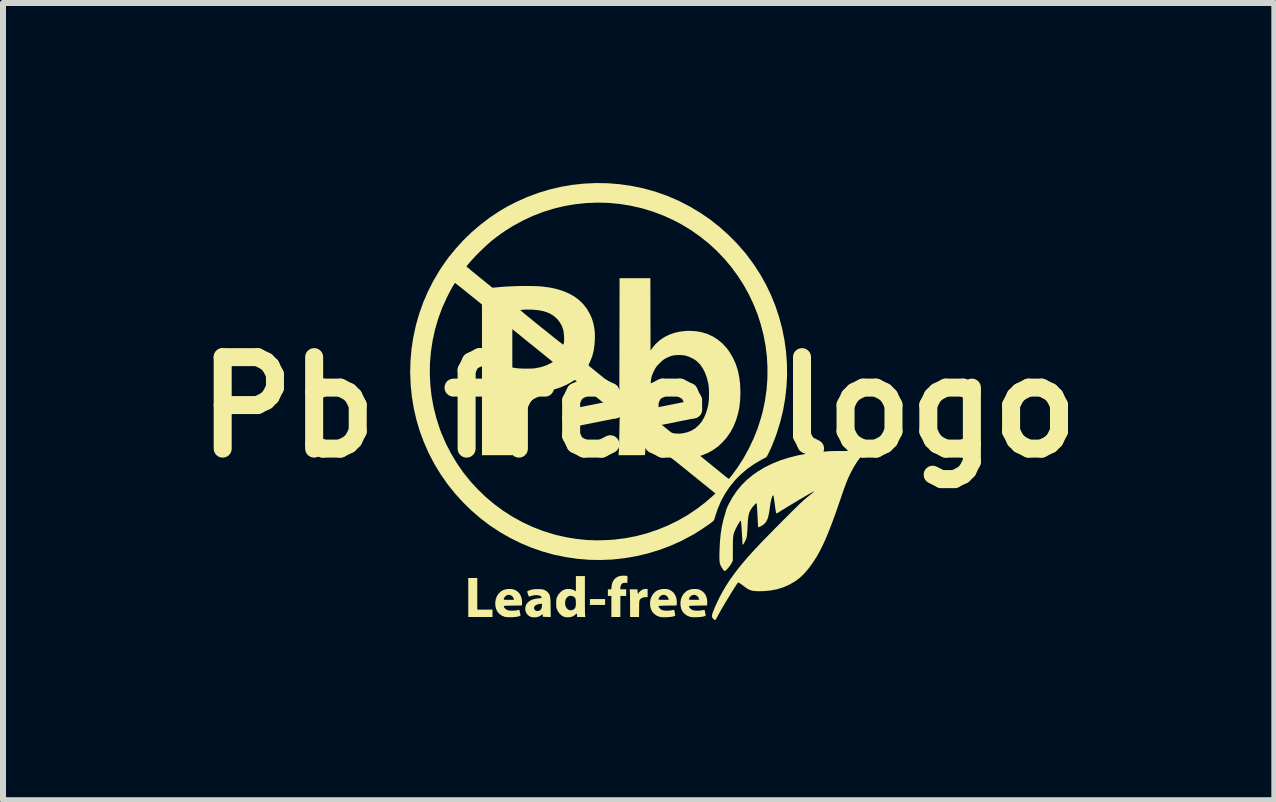
<source format=kicad_pcb>
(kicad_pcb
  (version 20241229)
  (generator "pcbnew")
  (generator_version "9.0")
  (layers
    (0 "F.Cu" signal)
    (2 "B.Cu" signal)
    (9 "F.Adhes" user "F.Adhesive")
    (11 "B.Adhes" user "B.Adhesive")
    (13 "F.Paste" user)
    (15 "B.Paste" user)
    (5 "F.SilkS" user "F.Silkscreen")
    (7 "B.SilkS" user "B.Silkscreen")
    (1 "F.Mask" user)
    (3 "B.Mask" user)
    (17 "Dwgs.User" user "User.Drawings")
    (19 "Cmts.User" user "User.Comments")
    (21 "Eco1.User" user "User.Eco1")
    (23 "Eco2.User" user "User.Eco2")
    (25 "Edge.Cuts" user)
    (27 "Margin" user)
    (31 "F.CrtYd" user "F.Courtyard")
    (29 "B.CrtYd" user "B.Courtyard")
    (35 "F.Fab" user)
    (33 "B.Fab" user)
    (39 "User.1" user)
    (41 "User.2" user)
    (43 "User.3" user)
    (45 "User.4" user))
  (footprint "Pb free logo"
    (layer "F.Cu")
    (at 7.591 3.735)
    (property "Reference" "Pb free logo" (at -0.000008 -0.00001 0) (layer "F.SilkS") (effects (font (size 1.524 1.524) (thickness 0.3))))
    (attr board_only exclude_from_pos_files exclude_from_bom)
    (fp_poly (pts (xy -0.559 3.294) (xy -0.812 3.294) (xy -0.812 3.196) (xy -0.559 3.196)) (stroke (width 0) (type solid)) (fill yes) (layer "F.SilkS"))
    (fp_poly (pts (xy -2.689 3.372) (xy -2.436 3.372) (xy -2.436 3.495) (xy -2.839 3.495) (xy -2.839 2.845) (xy -2.689 2.845)) (stroke (width 0) (type solid)) (fill yes) (layer "F.SilkS"))
    (fp_poly (pts (xy -0.225 2.807) (xy -0.205 2.809) (xy -0.192 2.811) (xy -0.191 2.811) (xy -0.187 2.821) (xy -0.186 2.843) (xy -0.187 2.873) (xy -0.19 2.929) (xy -0.221 2.925) (xy -0.253 2.927) (xy -0.278 2.939) (xy -0.295 2.962) (xy -0.304 2.993) (xy -0.305 3.011) (xy -0.305 3.034) (xy -0.208 3.034) (xy -0.208 3.144) (xy -0.305 3.144) (xy -0.305 3.495) (xy -0.455 3.495) (xy -0.455 3.144) (xy -0.513 3.144) (xy -0.513 3.034) (xy -0.457 3.034) (xy -0.452 2.992) (xy -0.445 2.945) (xy -0.431 2.907) (xy -0.412 2.875) (xy -0.397 2.858) (xy -0.367 2.834) (xy -0.335 2.818) (xy -0.297 2.809) (xy -0.251 2.806)) (stroke (width 0) (type solid)) (fill yes) (layer "F.SilkS"))
    (fp_poly (pts (xy 0.149 3.164) (xy 0.117 3.164) (xy 0.076 3.169) (xy 0.043 3.184) (xy 0.026 3.199) (xy 0.021 3.205) (xy 0.017 3.212) (xy 0.014 3.22) (xy 0.012 3.232) (xy 0.01 3.251) (xy 0.009 3.276) (xy 0.008 3.312) (xy 0.008 3.356) (xy 0.006 3.495) (xy -0.143 3.495) (xy -0.143 3.298) (xy -0.143 3.247) (xy -0.144 3.199) (xy -0.144 3.155) (xy -0.145 3.118) (xy -0.146 3.089) (xy -0.147 3.071) (xy -0.147 3.068) (xy -0.151 3.034) (xy -0.019 3.034) (xy -0.019 3.061) (xy -0.018 3.077) (xy -0.015 3.092) (xy -0.012 3.105) (xy -0.009 3.112) (xy -0.007 3.109) (xy -0.007 3.107) (xy -0.002 3.095) (xy 0.011 3.079) (xy 0.029 3.062) (xy 0.048 3.047) (xy 0.059 3.04) (xy 0.086 3.031) (xy 0.117 3.027) (xy 0.149 3.027)) (stroke (width 0) (type solid)) (fill yes) (layer "F.SilkS"))
    (fp_poly (pts (xy -2.126 3.028) (xy -2.082 3.036) (xy -2.07 3.04) (xy -2.028 3.063) (xy -1.993 3.095) (xy -1.967 3.136) (xy -1.95 3.184) (xy -1.943 3.237) (xy -1.943 3.264) (xy -1.946 3.303) (xy -2.097 3.305) (xy -2.146 3.306) (xy -2.185 3.307) (xy -2.212 3.308) (xy -2.231 3.309) (xy -2.242 3.311) (xy -2.247 3.314) (xy -2.248 3.315) (xy -2.242 3.333) (xy -2.228 3.351) (xy -2.209 3.368) (xy -2.189 3.379) (xy -2.159 3.387) (xy -2.122 3.39) (xy -2.081 3.39) (xy -2.041 3.385) (xy -2.025 3.382) (xy -2.004 3.377) (xy -1.993 3.376) (xy -1.987 3.379) (xy -1.985 3.386) (xy -1.985 3.387) (xy -1.98 3.409) (xy -1.976 3.432) (xy -1.972 3.453) (xy -1.969 3.468) (xy -1.968 3.472) (xy -1.974 3.475) (xy -1.989 3.481) (xy -2.002 3.486) (xy -2.028 3.491) (xy -2.062 3.495) (xy -2.1 3.498) (xy -2.14 3.499) (xy -2.178 3.499) (xy -2.209 3.496) (xy -2.228 3.493) (xy -2.28 3.472) (xy -2.322 3.442) (xy -2.354 3.405) (xy -2.376 3.359) (xy -2.388 3.306) (xy -2.389 3.252) (xy -2.381 3.197) (xy -2.248 3.197) (xy -2.247 3.202) (xy -2.243 3.205) (xy -2.233 3.207) (xy -2.216 3.209) (xy -2.19 3.209) (xy -2.163 3.209) (xy -2.077 3.209) (xy -2.082 3.191) (xy -2.095 3.162) (xy -2.118 3.14) (xy -2.136 3.131) (xy -2.156 3.126) (xy -2.171 3.126) (xy -2.191 3.131) (xy -2.213 3.144) (xy -2.232 3.162) (xy -2.245 3.183) (xy -2.248 3.197) (xy -2.381 3.197) (xy -2.381 3.196) (xy -2.361 3.146) (xy -2.332 3.103) (xy -2.294 3.068) (xy -2.262 3.049) (xy -2.221 3.035) (xy -2.174 3.028)) (stroke (width 0) (type solid)) (fill yes) (layer "F.SilkS"))
    (fp_poly (pts (xy 0.453 3.028) (xy 0.497 3.036) (xy 0.509 3.04) (xy 0.551 3.063) (xy 0.586 3.095) (xy 0.612 3.136) (xy 0.629 3.184) (xy 0.636 3.237) (xy 0.636 3.264) (xy 0.633 3.303) (xy 0.482 3.305) (xy 0.433 3.306) (xy 0.394 3.307) (xy 0.367 3.308) (xy 0.348 3.309) (xy 0.337 3.311) (xy 0.332 3.314) (xy 0.331 3.315) (xy 0.337 3.333) (xy 0.351 3.351) (xy 0.37 3.368) (xy 0.39 3.379) (xy 0.42 3.387) (xy 0.457 3.39) (xy 0.498 3.39) (xy 0.538 3.385) (xy 0.554 3.382) (xy 0.575 3.377) (xy 0.586 3.376) (xy 0.592 3.379) (xy 0.594 3.386) (xy 0.594 3.387) (xy 0.599 3.409) (xy 0.603 3.432) (xy 0.607 3.453) (xy 0.61 3.468) (xy 0.611 3.472) (xy 0.605 3.475) (xy 0.59 3.481) (xy 0.577 3.486) (xy 0.551 3.491) (xy 0.517 3.495) (xy 0.478 3.498) (xy 0.439 3.499) (xy 0.401 3.499) (xy 0.37 3.496) (xy 0.351 3.493) (xy 0.299 3.472) (xy 0.257 3.442) (xy 0.225 3.405) (xy 0.203 3.359) (xy 0.191 3.306) (xy 0.19 3.252) (xy 0.198 3.197) (xy 0.331 3.197) (xy 0.332 3.202) (xy 0.336 3.205) (xy 0.346 3.207) (xy 0.363 3.209) (xy 0.389 3.209) (xy 0.416 3.209) (xy 0.502 3.209) (xy 0.497 3.191) (xy 0.484 3.162) (xy 0.461 3.14) (xy 0.443 3.131) (xy 0.423 3.126) (xy 0.408 3.126) (xy 0.388 3.131) (xy 0.366 3.144) (xy 0.347 3.162) (xy 0.334 3.183) (xy 0.331 3.197) (xy 0.198 3.197) (xy 0.198 3.196) (xy 0.218 3.146) (xy 0.247 3.103) (xy 0.285 3.068) (xy 0.317 3.049) (xy 0.358 3.035) (xy 0.404 3.028)) (stroke (width 0) (type solid)) (fill yes) (layer "F.SilkS"))
    (fp_poly (pts (xy 0.959 3.028) (xy 1.004 3.036) (xy 1.016 3.04) (xy 1.058 3.063) (xy 1.093 3.095) (xy 1.119 3.136) (xy 1.136 3.184) (xy 1.143 3.237) (xy 1.142 3.264) (xy 1.14 3.303) (xy 0.989 3.305) (xy 0.939 3.306) (xy 0.901 3.307) (xy 0.873 3.308) (xy 0.855 3.309) (xy 0.843 3.311) (xy 0.838 3.314) (xy 0.838 3.315) (xy 0.843 3.333) (xy 0.857 3.351) (xy 0.877 3.368) (xy 0.897 3.379) (xy 0.926 3.387) (xy 0.964 3.39) (xy 1.005 3.39) (xy 1.045 3.385) (xy 1.061 3.382) (xy 1.081 3.377) (xy 1.093 3.376) (xy 1.098 3.379) (xy 1.101 3.386) (xy 1.101 3.387) (xy 1.105 3.409) (xy 1.11 3.432) (xy 1.114 3.453) (xy 1.117 3.468) (xy 1.117 3.472) (xy 1.112 3.475) (xy 1.097 3.481) (xy 1.083 3.486) (xy 1.058 3.491) (xy 1.024 3.495) (xy 0.985 3.498) (xy 0.945 3.499) (xy 0.908 3.499) (xy 0.877 3.496) (xy 0.857 3.493) (xy 0.806 3.472) (xy 0.764 3.442) (xy 0.731 3.405) (xy 0.709 3.359) (xy 0.698 3.306) (xy 0.696 3.252) (xy 0.705 3.197) (xy 0.838 3.197) (xy 0.839 3.202) (xy 0.843 3.205) (xy 0.853 3.207) (xy 0.869 3.209) (xy 0.896 3.209) (xy 0.923 3.209) (xy 1.008 3.209) (xy 1.004 3.191) (xy 0.991 3.162) (xy 0.968 3.14) (xy 0.949 3.131) (xy 0.93 3.126) (xy 0.915 3.126) (xy 0.895 3.131) (xy 0.873 3.144) (xy 0.854 3.162) (xy 0.841 3.183) (xy 0.838 3.197) (xy 0.705 3.197) (xy 0.705 3.196) (xy 0.725 3.146) (xy 0.754 3.103) (xy 0.792 3.068) (xy 0.824 3.049) (xy 0.864 3.035) (xy 0.911 3.028)) (stroke (width 0) (type solid)) (fill yes) (layer "F.SilkS"))
    (fp_poly (pts (xy -0.896 3.12) (xy -0.896 3.183) (xy -0.896 3.243) (xy -0.896 3.299) (xy -0.895 3.349) (xy -0.895 3.392) (xy -0.894 3.426) (xy -0.893 3.45) (xy -0.892 3.461) (xy -0.888 3.495) (xy -1.026 3.495) (xy -1.026 3.466) (xy -1.028 3.446) (xy -1.032 3.438) (xy -1.041 3.442) (xy -1.053 3.453) (xy -1.069 3.467) (xy -1.09 3.481) (xy -1.095 3.484) (xy -1.122 3.493) (xy -1.157 3.499) (xy -1.194 3.5) (xy -1.228 3.496) (xy -1.245 3.491) (xy -1.281 3.472) (xy -1.315 3.442) (xy -1.343 3.404) (xy -1.353 3.386) (xy -1.362 3.366) (xy -1.368 3.35) (xy -1.372 3.334) (xy -1.373 3.314) (xy -1.374 3.286) (xy -1.374 3.268) (xy -1.374 3.248) (xy -1.226 3.248) (xy -1.225 3.288) (xy -1.214 3.325) (xy -1.194 3.355) (xy -1.176 3.37) (xy -1.149 3.382) (xy -1.119 3.383) (xy -1.095 3.375) (xy -1.074 3.363) (xy -1.059 3.345) (xy -1.051 3.321) (xy -1.046 3.286) (xy -1.046 3.262) (xy -1.047 3.224) (xy -1.051 3.196) (xy -1.06 3.176) (xy -1.074 3.162) (xy -1.094 3.15) (xy -1.095 3.15) (xy -1.128 3.142) (xy -1.159 3.146) (xy -1.186 3.16) (xy -1.207 3.185) (xy -1.217 3.207) (xy -1.226 3.248) (xy -1.374 3.248) (xy -1.374 3.234) (xy -1.372 3.21) (xy -1.37 3.192) (xy -1.365 3.175) (xy -1.357 3.157) (xy -1.355 3.152) (xy -1.333 3.115) (xy -1.304 3.082) (xy -1.271 3.055) (xy -1.237 3.038) (xy -1.237 3.038) (xy -1.198 3.029) (xy -1.157 3.028) (xy -1.118 3.033) (xy -1.084 3.044) (xy -1.058 3.062) (xy -1.057 3.062) (xy -1.053 3.066) (xy -1.05 3.065) (xy -1.048 3.06) (xy -1.047 3.048) (xy -1.046 3.029) (xy -1.046 3) (xy -1.046 2.96) (xy -1.046 2.943) (xy -1.046 2.813) (xy -0.896 2.813)) (stroke (width 0) (type solid)) (fill yes) (layer "F.SilkS"))
    (fp_poly (pts (xy -1.644 3.031) (xy -1.619 3.032) (xy -1.6 3.035) (xy -1.584 3.039) (xy -1.567 3.046) (xy -1.567 3.046) (xy -1.542 3.06) (xy -1.519 3.079) (xy -1.51 3.088) (xy -1.499 3.102) (xy -1.489 3.117) (xy -1.482 3.134) (xy -1.477 3.154) (xy -1.473 3.179) (xy -1.47 3.212) (xy -1.468 3.253) (xy -1.467 3.305) (xy -1.467 3.334) (xy -1.465 3.495) (xy -1.53 3.494) (xy -1.595 3.492) (xy -1.597 3.471) (xy -1.6 3.454) (xy -1.607 3.45) (xy -1.617 3.459) (xy -1.618 3.46) (xy -1.629 3.469) (xy -1.647 3.48) (xy -1.66 3.486) (xy -1.693 3.497) (xy -1.732 3.501) (xy -1.77 3.499) (xy -1.798 3.493) (xy -1.834 3.473) (xy -1.862 3.445) (xy -1.881 3.411) (xy -1.89 3.373) (xy -1.888 3.338) (xy -1.744 3.338) (xy -1.741 3.361) (xy -1.727 3.383) (xy -1.705 3.394) (xy -1.678 3.395) (xy -1.653 3.388) (xy -1.631 3.372) (xy -1.617 3.346) (xy -1.611 3.311) (xy -1.611 3.306) (xy -1.611 3.273) (xy -1.648 3.277) (xy -1.686 3.285) (xy -1.716 3.299) (xy -1.735 3.317) (xy -1.744 3.338) (xy -1.888 3.338) (xy -1.888 3.332) (xy -1.875 3.292) (xy -1.873 3.287) (xy -1.846 3.251) (xy -1.81 3.223) (xy -1.763 3.202) (xy -1.707 3.189) (xy -1.672 3.185) (xy -1.645 3.183) (xy -1.628 3.18) (xy -1.62 3.176) (xy -1.618 3.171) (xy -1.618 3.17) (xy -1.623 3.154) (xy -1.64 3.143) (xy -1.664 3.135) (xy -1.695 3.131) (xy -1.73 3.132) (xy -1.767 3.138) (xy -1.805 3.148) (xy -1.823 3.155) (xy -1.829 3.151) (xy -1.836 3.138) (xy -1.843 3.119) (xy -1.85 3.099) (xy -1.854 3.081) (xy -1.855 3.068) (xy -1.854 3.066) (xy -1.847 3.061) (xy -1.83 3.054) (xy -1.808 3.046) (xy -1.804 3.045) (xy -1.779 3.038) (xy -1.754 3.034) (xy -1.726 3.031) (xy -1.689 3.03) (xy -1.679 3.03)) (stroke (width 0) (type solid)) (fill yes) (layer "F.SilkS"))
    (fp_poly (pts (xy 3.489 0.729) (xy 3.545 0.729) (xy 3.597 0.73) (xy 3.646 0.731) (xy 3.688 0.732) (xy 3.723 0.733) (xy 3.749 0.735) (xy 3.765 0.736) (xy 3.768 0.737) (xy 3.769 0.745) (xy 3.759 0.759) (xy 3.75 0.769) (xy 3.695 0.832) (xy 3.641 0.905) (xy 3.589 0.988) (xy 3.541 1.077) (xy 3.534 1.09) (xy 3.515 1.129) (xy 3.497 1.168) (xy 3.479 1.208) (xy 3.462 1.251) (xy 3.444 1.299) (xy 3.424 1.353) (xy 3.402 1.415) (xy 3.377 1.487) (xy 3.368 1.515) (xy 3.319 1.656) (xy 3.274 1.786) (xy 3.231 1.904) (xy 3.189 2.012) (xy 3.15 2.111) (xy 3.112 2.201) (xy 3.074 2.284) (xy 3.037 2.36) (xy 3 2.43) (xy 2.963 2.495) (xy 2.925 2.555) (xy 2.886 2.612) (xy 2.846 2.667) (xy 2.812 2.71) (xy 2.764 2.765) (xy 2.72 2.81) (xy 2.674 2.85) (xy 2.625 2.887) (xy 2.607 2.9) (xy 2.511 2.956) (xy 2.411 3) (xy 2.305 3.033) (xy 2.193 3.054) (xy 2.076 3.064) (xy 2.068 3.064) (xy 2.007 3.066) (xy 1.957 3.064) (xy 1.915 3.06) (xy 1.879 3.053) (xy 1.846 3.042) (xy 1.815 3.026) (xy 1.783 3.005) (xy 1.758 2.986) (xy 1.733 2.967) (xy 1.709 2.95) (xy 1.689 2.936) (xy 1.681 2.931) (xy 1.657 2.917) (xy 1.645 2.935) (xy 1.623 2.967) (xy 1.596 3.008) (xy 1.566 3.056) (xy 1.533 3.109) (xy 1.499 3.166) (xy 1.464 3.223) (xy 1.43 3.28) (xy 1.398 3.334) (xy 1.369 3.384) (xy 1.345 3.428) (xy 1.325 3.463) (xy 1.32 3.473) (xy 1.305 3.501) (xy 1.292 3.524) (xy 1.281 3.54) (xy 1.275 3.547) (xy 1.274 3.547) (xy 1.265 3.543) (xy 1.251 3.532) (xy 1.243 3.525) (xy 1.231 3.511) (xy 1.224 3.497) (xy 1.221 3.48) (xy 1.223 3.46) (xy 1.23 3.433) (xy 1.243 3.399) (xy 1.261 3.355) (xy 1.264 3.346) (xy 1.307 3.25) (xy 1.353 3.156) (xy 1.402 3.066) (xy 1.455 2.976) (xy 1.513 2.886) (xy 1.577 2.796) (xy 1.647 2.703) (xy 1.724 2.608) (xy 1.809 2.508) (xy 1.903 2.403) (xy 2.007 2.292) (xy 2.04 2.257) (xy 2.061 2.235) (xy 2.091 2.204) (xy 2.128 2.167) (xy 2.17 2.124) (xy 2.217 2.076) (xy 2.267 2.025) (xy 2.32 1.972) (xy 2.374 1.917) (xy 2.422 1.869) (xy 2.491 1.8) (xy 2.55 1.741) (xy 2.603 1.689) (xy 2.649 1.644) (xy 2.689 1.605) (xy 2.725 1.572) (xy 2.757 1.543) (xy 2.785 1.519) (xy 2.811 1.497) (xy 2.813 1.496) (xy 2.852 1.464) (xy 2.882 1.44) (xy 2.903 1.422) (xy 2.917 1.41) (xy 2.923 1.403) (xy 2.924 1.401) (xy 2.92 1.402) (xy 2.91 1.407) (xy 2.907 1.408) (xy 2.886 1.419) (xy 2.856 1.436) (xy 2.818 1.458) (xy 2.773 1.484) (xy 2.723 1.514) (xy 2.669 1.545) (xy 2.614 1.579) (xy 2.557 1.612) (xy 2.502 1.646) (xy 2.449 1.678) (xy 2.4 1.709) (xy 2.356 1.736) (xy 2.329 1.753) (xy 2.311 1.764) (xy 2.3 1.768) (xy 2.293 1.767) (xy 2.292 1.764) (xy 2.289 1.754) (xy 2.285 1.735) (xy 2.28 1.706) (xy 2.275 1.672) (xy 2.271 1.639) (xy 2.264 1.587) (xy 2.258 1.547) (xy 2.254 1.517) (xy 2.25 1.496) (xy 2.247 1.482) (xy 2.245 1.473) (xy 2.243 1.469) (xy 2.241 1.468) (xy 2.24 1.468) (xy 2.233 1.474) (xy 2.224 1.492) (xy 2.215 1.519) (xy 2.206 1.555) (xy 2.197 1.597) (xy 2.19 1.643) (xy 2.186 1.67) (xy 2.177 1.737) (xy 2.166 1.792) (xy 2.155 1.838) (xy 2.141 1.875) (xy 2.124 1.906) (xy 2.105 1.932) (xy 2.09 1.946) (xy 2.075 1.958) (xy 2.055 1.971) (xy 2.034 1.983) (xy 2.014 1.993) (xy 1.999 1.999) (xy 1.991 2) (xy 1.99 1.993) (xy 1.989 1.975) (xy 1.987 1.947) (xy 1.985 1.911) (xy 1.983 1.868) (xy 1.98 1.82) (xy 1.979 1.801) (xy 1.977 1.751) (xy 1.974 1.706) (xy 1.972 1.667) (xy 1.97 1.635) (xy 1.968 1.613) (xy 1.966 1.601) (xy 1.966 1.6) (xy 1.958 1.601) (xy 1.946 1.611) (xy 1.929 1.627) (xy 1.911 1.647) (xy 1.892 1.67) (xy 1.876 1.693) (xy 1.863 1.714) (xy 1.861 1.718) (xy 1.849 1.744) (xy 1.839 1.771) (xy 1.832 1.801) (xy 1.826 1.835) (xy 1.821 1.875) (xy 1.817 1.925) (xy 1.814 1.984) (xy 1.813 1.998) (xy 1.811 2.05) (xy 1.808 2.091) (xy 1.805 2.123) (xy 1.802 2.148) (xy 1.798 2.169) (xy 1.794 2.181) (xy 1.786 2.204) (xy 1.774 2.229) (xy 1.762 2.254) (xy 1.75 2.274) (xy 1.739 2.288) (xy 1.733 2.293) (xy 1.73 2.287) (xy 1.729 2.272) (xy 1.728 2.256) (xy 1.728 2.239) (xy 1.727 2.211) (xy 1.725 2.175) (xy 1.722 2.133) (xy 1.719 2.087) (xy 1.717 2.051) (xy 1.714 2.001) (xy 1.711 1.962) (xy 1.708 1.933) (xy 1.706 1.913) (xy 1.704 1.9) (xy 1.702 1.894) (xy 1.699 1.892) (xy 1.696 1.893) (xy 1.694 1.895) (xy 1.684 1.907) (xy 1.67 1.929) (xy 1.653 1.957) (xy 1.636 1.989) (xy 1.619 2.021) (xy 1.605 2.051) (xy 1.596 2.074) (xy 1.588 2.095) (xy 1.582 2.115) (xy 1.577 2.138) (xy 1.574 2.164) (xy 1.572 2.196) (xy 1.57 2.234) (xy 1.57 2.282) (xy 1.569 2.34) (xy 1.569 2.361) (xy 1.569 2.556) (xy 1.546 2.601) (xy 1.531 2.626) (xy 1.511 2.654) (xy 1.488 2.682) (xy 1.465 2.706) (xy 1.445 2.723) (xy 1.438 2.727) (xy 1.431 2.729) (xy 1.424 2.725) (xy 1.414 2.715) (xy 1.401 2.696) (xy 1.391 2.682) (xy 1.378 2.661) (xy 1.367 2.64) (xy 1.358 2.619) (xy 1.352 2.596) (xy 1.348 2.569) (xy 1.346 2.535) (xy 1.345 2.494) (xy 1.346 2.443) (xy 1.347 2.387) (xy 1.354 2.242) (xy 1.367 2.108) (xy 1.387 1.983) (xy 1.413 1.868) (xy 1.433 1.799) (xy 1.442 1.77) (xy 1.45 1.744) (xy 1.455 1.724) (xy 1.457 1.715) (xy 1.459 1.706) (xy 1.467 1.688) (xy 1.478 1.662) (xy 1.492 1.632) (xy 1.497 1.621) (xy 1.56 1.505) (xy 1.633 1.397) (xy 1.715 1.297) (xy 1.808 1.205) (xy 1.912 1.121) (xy 1.982 1.072) (xy 2.098 1.002) (xy 2.222 0.941) (xy 2.355 0.887) (xy 2.497 0.841) (xy 2.648 0.803) (xy 2.81 0.772) (xy 2.981 0.749) (xy 3.157 0.734) (xy 3.188 0.732) (xy 3.226 0.731) (xy 3.272 0.73) (xy 3.323 0.729) (xy 3.377 0.729) (xy 3.433 0.729)) (stroke (width 0) (type solid)) (fill yes) (layer "F.SilkS"))
    (fp_poly (pts (xy -0.515 -3.732) (xy -0.318 -3.716) (xy -0.122 -3.688) (xy 0.073 -3.648) (xy 0.266 -3.595) (xy 0.309 -3.581) (xy 0.496 -3.514) (xy 0.678 -3.434) (xy 0.854 -3.343) (xy 1.025 -3.241) (xy 1.189 -3.129) (xy 1.346 -3.005) (xy 1.495 -2.872) (xy 1.637 -2.729) (xy 1.77 -2.577) (xy 1.802 -2.537) (xy 1.92 -2.377) (xy 2.027 -2.212) (xy 2.122 -2.041) (xy 2.207 -1.864) (xy 2.28 -1.683) (xy 2.341 -1.498) (xy 2.391 -1.31) (xy 2.429 -1.119) (xy 2.456 -0.926) (xy 2.47 -0.732) (xy 2.473 -0.537) (xy 2.463 -0.341) (xy 2.441 -0.146) (xy 2.407 0.049) (xy 2.36 0.242) (xy 2.303 0.428) (xy 2.271 0.515) (xy 2.238 0.601) (xy 2.203 0.683) (xy 2.169 0.756) (xy 2.163 0.767) (xy 2.131 0.83) (xy 2.055 0.87) (xy 1.928 0.944) (xy 1.811 1.026) (xy 1.704 1.117) (xy 1.606 1.216) (xy 1.518 1.323) (xy 1.441 1.438) (xy 1.374 1.56) (xy 1.318 1.69) (xy 1.273 1.825) (xy 1.265 1.854) (xy 1.257 1.874) (xy 1.25 1.888) (xy 1.239 1.899) (xy 1.224 1.912) (xy 1.22 1.915) (xy 1.198 1.932) (xy 1.167 1.954) (xy 1.129 1.98) (xy 1.087 2.009) (xy 1.043 2.038) (xy 0.999 2.066) (xy 0.958 2.092) (xy 0.921 2.115) (xy 0.896 2.129) (xy 0.719 2.223) (xy 0.536 2.306) (xy 0.349 2.376) (xy 0.157 2.435) (xy -0.037 2.481) (xy -0.234 2.515) (xy -0.432 2.537) (xy -0.632 2.545) (xy -0.819 2.542) (xy -1.019 2.526) (xy -1.216 2.497) (xy -1.41 2.457) (xy -1.6 2.404) (xy -1.786 2.34) (xy -1.967 2.264) (xy -2.142 2.177) (xy -2.312 2.08) (xy -2.476 1.972) (xy -2.633 1.853) (xy -2.782 1.725) (xy -2.924 1.587) (xy -3.058 1.44) (xy -3.183 1.284) (xy -3.298 1.119) (xy -3.302 1.113) (xy -3.406 0.942) (xy -3.498 0.765) (xy -3.578 0.584) (xy -3.647 0.399) (xy -3.703 0.21) (xy -3.747 0.018) (xy -3.779 -0.176) (xy -3.799 -0.372) (xy -3.806 -0.554) (xy -3.48 -0.554) (xy -3.471 -0.368) (xy -3.45 -0.182) (xy -3.416 0.003) (xy -3.37 0.185) (xy -3.312 0.365) (xy -3.287 0.432) (xy -3.212 0.605) (xy -3.126 0.771) (xy -3.03 0.931) (xy -2.924 1.084) (xy -2.808 1.229) (xy -2.683 1.366) (xy -2.55 1.494) (xy -2.409 1.613) (xy -2.26 1.723) (xy -2.104 1.823) (xy -1.941 1.913) (xy -1.773 1.992) (xy -1.599 2.06) (xy -1.42 2.116) (xy -1.367 2.13) (xy -1.198 2.168) (xy -1.03 2.195) (xy -0.862 2.212) (xy -0.691 2.218) (xy -0.516 2.213) (xy -0.402 2.205) (xy -0.22 2.182) (xy -0.039 2.147) (xy 0.139 2.1) (xy 0.314 2.041) (xy 0.486 1.971) (xy 0.652 1.89) (xy 0.813 1.798) (xy 0.966 1.696) (xy 1.112 1.584) (xy 1.216 1.494) (xy 1.279 1.437) (xy 0.891 1.123) (xy 0.819 1.065) (xy 0.756 1.014) (xy 0.701 0.97) (xy 0.654 0.932) (xy 0.614 0.9) (xy 0.58 0.874) (xy 0.552 0.852) (xy 0.528 0.833) (xy 0.507 0.819) (xy 0.489 0.806) (xy 0.474 0.796) (xy 0.459 0.788) (xy 0.445 0.78) (xy 0.431 0.773) (xy 0.429 0.772) (xy 0.389 0.75) (xy 0.348 0.725) (xy 0.313 0.701) (xy 0.301 0.692) (xy 0.28 0.674) (xy 0.26 0.656) (xy 0.239 0.635) (xy 0.217 0.609) (xy 0.191 0.577) (xy 0.159 0.537) (xy 0.153 0.529) (xy 0.142 0.518) (xy 0.134 0.514) (xy 0.133 0.514) (xy 0.131 0.522) (xy 0.129 0.54) (xy 0.125 0.568) (xy 0.122 0.603) (xy 0.118 0.642) (xy 0.117 0.657) (xy 0.113 0.698) (xy 0.11 0.734) (xy 0.107 0.764) (xy 0.105 0.785) (xy 0.104 0.796) (xy 0.104 0.797) (xy 0.098 0.798) (xy 0.08 0.798) (xy 0.052 0.798) (xy 0.016 0.799) (xy -0.027 0.799) (xy -0.076 0.799) (xy -0.115 0.799) (xy -0.335 0.799) (xy -0.33 0.719) (xy -0.329 0.694) (xy -0.328 0.658) (xy -0.326 0.613) (xy -0.325 0.562) (xy -0.324 0.505) (xy -0.322 0.447) (xy -0.321 0.393) (xy -0.316 0.146) (xy -0.687 -0.154) (xy -0.698 -0.163) (xy 0.196 -0.163) (xy 0.196 -0.102) (xy 0.197 -0.051) (xy 0.199 -0.008) (xy 0.202 0.028) (xy 0.206 0.059) (xy 0.211 0.086) (xy 0.219 0.111) (xy 0.226 0.133) (xy 0.244 0.179) (xy 0.387 0.294) (xy 0.424 0.325) (xy 0.459 0.353) (xy 0.49 0.378) (xy 0.515 0.398) (xy 0.533 0.412) (xy 0.542 0.419) (xy 0.543 0.419) (xy 0.565 0.429) (xy 0.596 0.436) (xy 0.635 0.439) (xy 0.677 0.44) (xy 0.721 0.436) (xy 0.731 0.435) (xy 0.808 0.418) (xy 0.879 0.39) (xy 0.943 0.351) (xy 0.999 0.302) (xy 1.049 0.242) (xy 1.09 0.172) (xy 1.124 0.092) (xy 1.15 0.002) (xy 1.16 -0.046) (xy 1.166 -0.089) (xy 1.17 -0.14) (xy 1.172 -0.195) (xy 1.172 -0.252) (xy 1.17 -0.307) (xy 1.166 -0.356) (xy 1.16 -0.393) (xy 1.137 -0.489) (xy 1.106 -0.574) (xy 1.068 -0.649) (xy 1.023 -0.713) (xy 0.97 -0.766) (xy 0.96 -0.774) (xy 0.922 -0.8) (xy 0.876 -0.824) (xy 0.828 -0.845) (xy 0.783 -0.859) (xy 0.776 -0.861) (xy 0.734 -0.867) (xy 0.685 -0.87) (xy 0.635 -0.869) (xy 0.59 -0.865) (xy 0.565 -0.86) (xy 0.539 -0.853) (xy 0.508 -0.841) (xy 0.476 -0.827) (xy 0.468 -0.823) (xy 0.441 -0.809) (xy 0.418 -0.795) (xy 0.395 -0.776) (xy 0.369 -0.752) (xy 0.35 -0.734) (xy 0.322 -0.706) (xy 0.302 -0.683) (xy 0.286 -0.661) (xy 0.272 -0.638) (xy 0.258 -0.611) (xy 0.243 -0.58) (xy 0.231 -0.553) (xy 0.221 -0.527) (xy 0.214 -0.5) (xy 0.208 -0.472) (xy 0.204 -0.44) (xy 0.201 -0.401) (xy 0.199 -0.356) (xy 0.197 -0.3) (xy 0.196 -0.235) (xy 0.196 -0.163) (xy -0.698 -0.163) (xy -0.748 -0.203) (xy -0.805 -0.249) (xy -0.859 -0.293) (xy -0.908 -0.332) (xy -0.951 -0.367) (xy -0.989 -0.397) (xy -1.02 -0.422) (xy -1.042 -0.44) (xy -1.057 -0.451) (xy -1.062 -0.455) (xy -1.068 -0.451) (xy -1.083 -0.443) (xy -1.103 -0.43) (xy -1.109 -0.426) (xy -1.199 -0.375) (xy -1.298 -0.332) (xy -1.406 -0.297) (xy -1.524 -0.269) (xy -1.598 -0.256) (xy -1.629 -0.252) (xy -1.67 -0.249) (xy -1.719 -0.247) (xy -1.774 -0.245) (xy -1.831 -0.244) (xy -1.888 -0.243) (xy -1.942 -0.244) (xy -1.991 -0.245) (xy -2.033 -0.247) (xy -2.058 -0.249) (xy -2.105 -0.253) (xy -2.105 0.799) (xy -2.611 0.799) (xy -2.611 -1.301) (xy -2.105 -1.301) (xy -2.105 -0.663) (xy -2.088 -0.659) (xy -2.06 -0.654) (xy -2.022 -0.649) (xy -1.976 -0.646) (xy -1.926 -0.644) (xy -1.874 -0.643) (xy -1.823 -0.644) (xy -1.777 -0.645) (xy -1.737 -0.648) (xy -1.724 -0.65) (xy -1.629 -0.668) (xy -1.543 -0.696) (xy -1.465 -0.733) (xy -1.457 -0.738) (xy -1.429 -0.754) (xy -1.739 -1.005) (xy -1.795 -1.05) (xy -1.849 -1.094) (xy -1.899 -1.134) (xy -1.945 -1.172) (xy -1.986 -1.205) (xy -2.02 -1.233) (xy -2.048 -1.255) (xy -2.067 -1.27) (xy -2.077 -1.278) (xy -2.077 -1.278) (xy -2.105 -1.301) (xy -2.611 -1.301) (xy -2.611 -1.615) (xy -1.968 -1.615) (xy -1.964 -1.611) (xy -1.964 -1.61) (xy -1.954 -1.602) (xy -1.936 -1.587) (xy -1.911 -1.565) (xy -1.878 -1.538) (xy -1.84 -1.507) (xy -1.797 -1.472) (xy -1.75 -1.434) (xy -1.701 -1.394) (xy -1.65 -1.353) (xy -1.598 -1.311) (xy -1.546 -1.27) (xy -1.496 -1.23) (xy -1.448 -1.191) (xy -1.403 -1.155) (xy -1.362 -1.123) (xy -1.327 -1.095) (xy -1.297 -1.072) (xy -1.275 -1.055) (xy -1.262 -1.045) (xy -1.257 -1.042) (xy -1.253 -1.049) (xy -1.248 -1.065) (xy -1.245 -1.079) (xy -1.242 -1.11) (xy -1.242 -1.148) (xy -1.244 -1.191) (xy -1.248 -1.233) (xy -1.253 -1.27) (xy -1.257 -1.289) (xy -1.281 -1.358) (xy -1.317 -1.42) (xy -1.362 -1.475) (xy -1.417 -1.523) (xy -1.48 -1.561) (xy -1.513 -1.576) (xy -1.589 -1.601) (xy -1.674 -1.617) (xy -1.767 -1.626) (xy -1.868 -1.627) (xy -1.889 -1.626) (xy -1.924 -1.624) (xy -1.947 -1.623) (xy -1.962 -1.621) (xy -1.968 -1.619) (xy -1.968 -1.615) (xy -2.611 -1.615) (xy -2.611 -1.712) (xy -2.832 -1.89) (xy -2.879 -1.928) (xy -2.922 -1.963) (xy -2.961 -1.994) (xy -2.995 -2.021) (xy -3.023 -2.043) (xy -3.044 -2.059) (xy -3.056 -2.069) (xy -3.059 -2.071) (xy -3.064 -2.066) (xy -3.074 -2.052) (xy -3.089 -2.028) (xy -3.106 -1.998) (xy -3.126 -1.963) (xy -3.147 -1.924) (xy -3.168 -1.883) (xy -3.189 -1.842) (xy -3.199 -1.822) (xy -3.276 -1.65) (xy -3.341 -1.473) (xy -3.393 -1.293) (xy -3.433 -1.111) (xy -3.461 -0.926) (xy -3.477 -0.741) (xy -3.48 -0.554) (xy -3.806 -0.554) (xy -3.807 -0.57) (xy -3.802 -0.769) (xy -3.785 -0.967) (xy -3.755 -1.166) (xy -3.712 -1.363) (xy -3.708 -1.38) (xy -3.655 -1.563) (xy -3.59 -1.745) (xy -3.513 -1.924) (xy -3.424 -2.099) (xy -3.326 -2.267) (xy -3.282 -2.335) (xy -3.275 -2.345) (xy -2.868 -2.345) (xy -2.863 -2.34) (xy -2.849 -2.328) (xy -2.827 -2.309) (xy -2.798 -2.285) (xy -2.763 -2.256) (xy -2.723 -2.223) (xy -2.679 -2.187) (xy -2.652 -2.165) (xy -2.436 -1.991) (xy -2.36 -1.998) (xy -2.283 -2.005) (xy -2.2 -2.011) (xy -2.112 -2.015) (xy -2.024 -2.018) (xy -1.935 -2.02) (xy -1.85 -2.02) (xy -1.769 -2.019) (xy -1.696 -2.017) (xy -1.632 -2.013) (xy -1.6 -2.01) (xy -1.474 -1.993) (xy -1.357 -1.967) (xy -1.251 -1.933) (xy -1.155 -1.892) (xy -1.068 -1.842) (xy -0.991 -1.784) (xy -0.924 -1.718) (xy -0.865 -1.643) (xy -0.817 -1.562) (xy -0.783 -1.487) (xy -0.758 -1.411) (xy -0.741 -1.332) (xy -0.731 -1.248) (xy -0.729 -1.155) (xy -0.73 -1.13) (xy -0.737 -1.029) (xy -0.751 -0.937) (xy -0.773 -0.852) (xy -0.804 -0.772) (xy -0.82 -0.738) (xy -0.83 -0.717) (xy -0.834 -0.703) (xy -0.833 -0.695) (xy -0.83 -0.692) (xy -0.824 -0.686) (xy -0.808 -0.673) (xy -0.784 -0.654) (xy -0.753 -0.628) (xy -0.716 -0.598) (xy -0.674 -0.564) (xy -0.628 -0.527) (xy -0.579 -0.487) (xy -0.572 -0.481) (xy -0.322 -0.279) (xy -0.32 -1.215) (xy -0.318 -2.15) (xy 0.195 -2.15) (xy 0.196 -1.548) (xy 0.198 -0.945) (xy 0.228 -0.988) (xy 0.285 -1.056) (xy 0.351 -1.116) (xy 0.426 -1.167) (xy 0.508 -1.208) (xy 0.598 -1.24) (xy 0.693 -1.261) (xy 0.795 -1.272) (xy 0.849 -1.273) (xy 0.953 -1.267) (xy 1.053 -1.249) (xy 1.148 -1.22) (xy 1.236 -1.179) (xy 1.319 -1.126) (xy 1.395 -1.063) (xy 1.464 -0.988) (xy 1.517 -0.916) (xy 1.571 -0.824) (xy 1.615 -0.727) (xy 1.65 -0.622) (xy 1.674 -0.511) (xy 1.69 -0.392) (xy 1.695 -0.264) (xy 1.695 -0.245) (xy 1.691 -0.119) (xy 1.678 -0.001) (xy 1.655 0.11) (xy 1.623 0.215) (xy 1.582 0.316) (xy 1.578 0.324) (xy 1.527 0.418) (xy 1.467 0.505) (xy 1.398 0.583) (xy 1.323 0.653) (xy 1.241 0.712) (xy 1.154 0.761) (xy 1.063 0.798) (xy 1.025 0.81) (xy 1.192 0.946) (xy 1.236 0.982) (xy 1.281 1.018) (xy 1.323 1.052) (xy 1.362 1.084) (xy 1.395 1.111) (xy 1.421 1.132) (xy 1.429 1.138) (xy 1.454 1.159) (xy 1.476 1.176) (xy 1.492 1.188) (xy 1.501 1.193) (xy 1.502 1.193) (xy 1.508 1.188) (xy 1.519 1.175) (xy 1.535 1.156) (xy 1.543 1.147) (xy 1.649 1.003) (xy 1.747 0.85) (xy 1.835 0.69) (xy 1.914 0.524) (xy 1.982 0.353) (xy 2.038 0.178) (xy 2.066 0.075) (xy 2.105 -0.11) (xy 2.131 -0.295) (xy 2.145 -0.48) (xy 2.146 -0.663) (xy 2.136 -0.846) (xy 2.114 -1.026) (xy 2.08 -1.204) (xy 2.035 -1.379) (xy 1.98 -1.55) (xy 1.913 -1.717) (xy 1.836 -1.88) (xy 1.749 -2.037) (xy 1.651 -2.189) (xy 1.544 -2.335) (xy 1.428 -2.473) (xy 1.302 -2.605) (xy 1.167 -2.729) (xy 1.023 -2.844) (xy 0.871 -2.951) (xy 0.711 -3.048) (xy 0.576 -3.119) (xy 0.403 -3.197) (xy 0.226 -3.263) (xy 0.047 -3.317) (xy -0.135 -3.358) (xy -0.318 -3.387) (xy -0.502 -3.405) (xy -0.686 -3.409) (xy -0.87 -3.402) (xy -1.053 -3.383) (xy -1.235 -3.352) (xy -1.414 -3.309) (xy -1.591 -3.254) (xy -1.765 -3.187) (xy -1.934 -3.108) (xy -2.1 -3.017) (xy -2.212 -2.947) (xy -2.295 -2.89) (xy -2.37 -2.835) (xy -2.442 -2.779) (xy -2.513 -2.718) (xy -2.585 -2.651) (xy -2.636 -2.602) (xy -2.666 -2.572) (xy -2.698 -2.54) (xy -2.73 -2.506) (xy -2.762 -2.472) (xy -2.792 -2.439) (xy -2.818 -2.409) (xy -2.84 -2.383) (xy -2.857 -2.363) (xy -2.866 -2.349) (xy -2.868 -2.345) (xy -3.275 -2.345) (xy -3.172 -2.491) (xy -3.05 -2.64) (xy -2.92 -2.783) (xy -2.781 -2.918) (xy -2.634 -3.043) (xy -2.482 -3.159) (xy -2.361 -3.24) (xy -2.307 -3.274) (xy -2.259 -3.303) (xy -2.214 -3.329) (xy -2.169 -3.354) (xy -2.121 -3.379) (xy -2.065 -3.407) (xy -2.045 -3.418) (xy -1.864 -3.499) (xy -1.679 -3.569) (xy -1.491 -3.626) (xy -1.299 -3.672) (xy -1.105 -3.705) (xy -0.909 -3.726) (xy -0.713 -3.735)) (stroke (width 0) (type solid)) (fill yes) (layer "F.SilkS")))
  (gr_rect
    (start -3 -3)
    (end 18.182 10.282)
    (stroke (width 0.1) (type default))
    (fill no)
    (layer "Edge.Cuts")))
</source>
